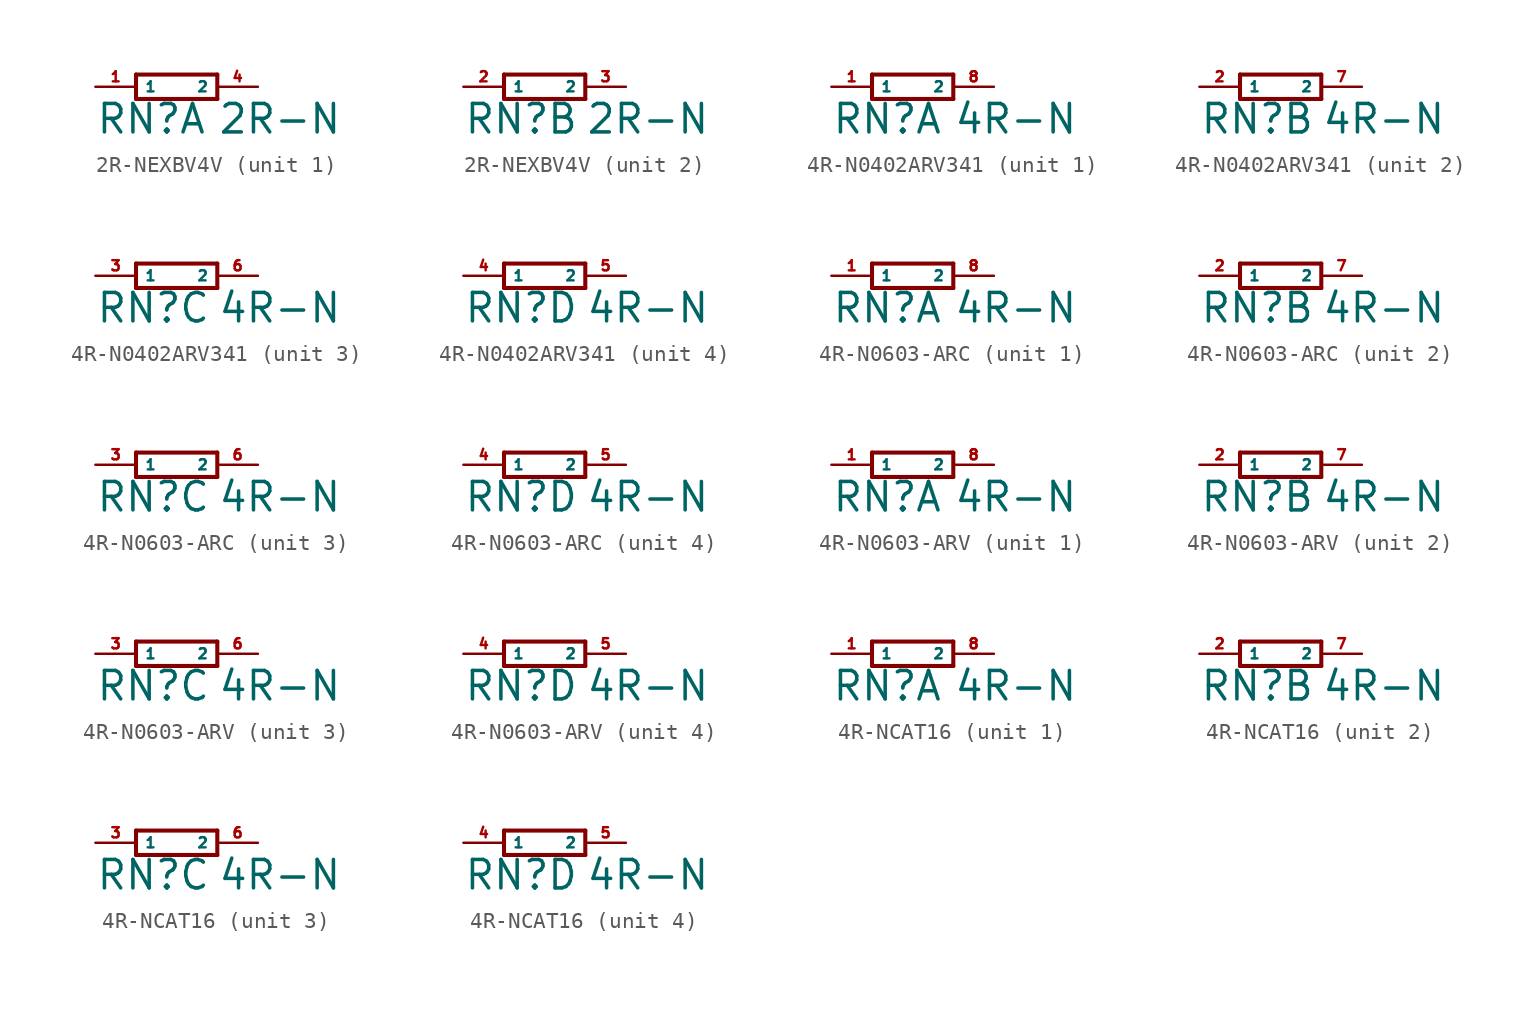
<source format=kicad_sym>
(kicad_symbol_lib
  (version 20220914)
  (generator Eagle2Kicad)
  (symbol "2R-NEXBV4V"
    (property "Reference" "RN"
      (at -5.08 -3.048 0)
      (effects (font (size 1.778 1.778) (thickness 0.22)) (justify left bottom)))
    (property "Value" "2R-N"
      (at 2.54 -3.048 0)
      (effects (font (size 1.778 1.778) (thickness 0.22)) (justify left bottom)))
    (symbol "2R-NEXBV4V_1_0"
      (polyline (pts (xy -2.54 -0.762) (xy 2.54 -0.762)) (stroke (width 0.254) (type default)) (fill (type none)))
      (polyline (pts (xy 2.54 0.762) (xy -2.54 0.762)) (stroke (width 0.254) (type default)) (fill (type none)))
      (polyline (pts (xy 2.54 -0.762) (xy 2.54 0.762)) (stroke (width 0.254) (type default)) (fill (type none)))
      (polyline (pts (xy -2.54 0.762) (xy -2.54 -0.762)) (stroke (width 0.254) (type default)) (fill (type none)))
      (pin passive line (at -5.08 0 0) (length 2.54) (name "1" (effects (font (size 0.635 0.635) (thickness 0.08)) (justify left bottom))) (number "1" (effects (font (size 0.635 0.635) (thickness 0.08)) (justify left bottom))))
      (pin passive line (at 5.08 0 180) (length 2.54) (name "2" (effects (font (size 0.635 0.635) (thickness 0.08)) (justify left bottom))) (number "4" (effects (font (size 0.635 0.635) (thickness 0.08)) (justify left bottom)))))
    (symbol "2R-NEXBV4V_2_0"
      (polyline (pts (xy -2.54 -0.762) (xy 2.54 -0.762)) (stroke (width 0.254) (type default)) (fill (type none)))
      (polyline (pts (xy 2.54 0.762) (xy -2.54 0.762)) (stroke (width 0.254) (type default)) (fill (type none)))
      (polyline (pts (xy 2.54 -0.762) (xy 2.54 0.762)) (stroke (width 0.254) (type default)) (fill (type none)))
      (polyline (pts (xy -2.54 0.762) (xy -2.54 -0.762)) (stroke (width 0.254) (type default)) (fill (type none)))
      (pin passive line (at -5.08 0 0) (length 2.54) (name "1" (effects (font (size 0.635 0.635) (thickness 0.08)) (justify left bottom))) (number "2" (effects (font (size 0.635 0.635) (thickness 0.08)) (justify left bottom))))
      (pin passive line (at 5.08 0 180) (length 2.54) (name "2" (effects (font (size 0.635 0.635) (thickness 0.08)) (justify left bottom))) (number "3" (effects (font (size 0.635 0.635) (thickness 0.08)) (justify left bottom))))))
  (symbol "4R-N0402ARV341"
    (property "Reference" "RN"
      (at -5.08 -3.048 0)
      (effects (font (size 1.778 1.778) (thickness 0.22)) (justify left bottom)))
    (property "Value" "4R-N"
      (at 2.54 -3.048 0)
      (effects (font (size 1.778 1.778) (thickness 0.22)) (justify left bottom)))
    (symbol "4R-N0402ARV341_1_0"
      (polyline (pts (xy -2.54 -0.762) (xy 2.54 -0.762)) (stroke (width 0.254) (type default)) (fill (type none)))
      (polyline (pts (xy 2.54 0.762) (xy -2.54 0.762)) (stroke (width 0.254) (type default)) (fill (type none)))
      (polyline (pts (xy 2.54 -0.762) (xy 2.54 0.762)) (stroke (width 0.254) (type default)) (fill (type none)))
      (polyline (pts (xy -2.54 0.762) (xy -2.54 -0.762)) (stroke (width 0.254) (type default)) (fill (type none)))
      (pin passive line (at -5.08 0 0) (length 2.54) (name "1" (effects (font (size 0.635 0.635) (thickness 0.08)) (justify left bottom))) (number "1" (effects (font (size 0.635 0.635) (thickness 0.08)) (justify left bottom))))
      (pin passive line (at 5.08 0 180) (length 2.54) (name "2" (effects (font (size 0.635 0.635) (thickness 0.08)) (justify left bottom))) (number "8" (effects (font (size 0.635 0.635) (thickness 0.08)) (justify left bottom)))))
    (symbol "4R-N0402ARV341_2_0"
      (polyline (pts (xy -2.54 -0.762) (xy 2.54 -0.762)) (stroke (width 0.254) (type default)) (fill (type none)))
      (polyline (pts (xy 2.54 0.762) (xy -2.54 0.762)) (stroke (width 0.254) (type default)) (fill (type none)))
      (polyline (pts (xy 2.54 -0.762) (xy 2.54 0.762)) (stroke (width 0.254) (type default)) (fill (type none)))
      (polyline (pts (xy -2.54 0.762) (xy -2.54 -0.762)) (stroke (width 0.254) (type default)) (fill (type none)))
      (pin passive line (at -5.08 0 0) (length 2.54) (name "1" (effects (font (size 0.635 0.635) (thickness 0.08)) (justify left bottom))) (number "2" (effects (font (size 0.635 0.635) (thickness 0.08)) (justify left bottom))))
      (pin passive line (at 5.08 0 180) (length 2.54) (name "2" (effects (font (size 0.635 0.635) (thickness 0.08)) (justify left bottom))) (number "7" (effects (font (size 0.635 0.635) (thickness 0.08)) (justify left bottom)))))
    (symbol "4R-N0402ARV341_3_0"
      (polyline (pts (xy -2.54 -0.762) (xy 2.54 -0.762)) (stroke (width 0.254) (type default)) (fill (type none)))
      (polyline (pts (xy 2.54 0.762) (xy -2.54 0.762)) (stroke (width 0.254) (type default)) (fill (type none)))
      (polyline (pts (xy 2.54 -0.762) (xy 2.54 0.762)) (stroke (width 0.254) (type default)) (fill (type none)))
      (polyline (pts (xy -2.54 0.762) (xy -2.54 -0.762)) (stroke (width 0.254) (type default)) (fill (type none)))
      (pin passive line (at -5.08 0 0) (length 2.54) (name "1" (effects (font (size 0.635 0.635) (thickness 0.08)) (justify left bottom))) (number "3" (effects (font (size 0.635 0.635) (thickness 0.08)) (justify left bottom))))
      (pin passive line (at 5.08 0 180) (length 2.54) (name "2" (effects (font (size 0.635 0.635) (thickness 0.08)) (justify left bottom))) (number "6" (effects (font (size 0.635 0.635) (thickness 0.08)) (justify left bottom)))))
    (symbol "4R-N0402ARV341_4_0"
      (polyline (pts (xy -2.54 -0.762) (xy 2.54 -0.762)) (stroke (width 0.254) (type default)) (fill (type none)))
      (polyline (pts (xy 2.54 0.762) (xy -2.54 0.762)) (stroke (width 0.254) (type default)) (fill (type none)))
      (polyline (pts (xy 2.54 -0.762) (xy 2.54 0.762)) (stroke (width 0.254) (type default)) (fill (type none)))
      (polyline (pts (xy -2.54 0.762) (xy -2.54 -0.762)) (stroke (width 0.254) (type default)) (fill (type none)))
      (pin passive line (at -5.08 0 0) (length 2.54) (name "1" (effects (font (size 0.635 0.635) (thickness 0.08)) (justify left bottom))) (number "4" (effects (font (size 0.635 0.635) (thickness 0.08)) (justify left bottom))))
      (pin passive line (at 5.08 0 180) (length 2.54) (name "2" (effects (font (size 0.635 0.635) (thickness 0.08)) (justify left bottom))) (number "5" (effects (font (size 0.635 0.635) (thickness 0.08)) (justify left bottom))))))
  (symbol "4R-N0603-ARC"
    (property "Reference" "RN"
      (at -5.08 -3.048 0)
      (effects (font (size 1.778 1.778) (thickness 0.22)) (justify left bottom)))
    (property "Value" "4R-N"
      (at 2.54 -3.048 0)
      (effects (font (size 1.778 1.778) (thickness 0.22)) (justify left bottom)))
    (symbol "4R-N0603-ARC_1_0"
      (polyline (pts (xy -2.54 -0.762) (xy 2.54 -0.762)) (stroke (width 0.254) (type default)) (fill (type none)))
      (polyline (pts (xy 2.54 0.762) (xy -2.54 0.762)) (stroke (width 0.254) (type default)) (fill (type none)))
      (polyline (pts (xy 2.54 -0.762) (xy 2.54 0.762)) (stroke (width 0.254) (type default)) (fill (type none)))
      (polyline (pts (xy -2.54 0.762) (xy -2.54 -0.762)) (stroke (width 0.254) (type default)) (fill (type none)))
      (pin passive line (at -5.08 0 0) (length 2.54) (name "1" (effects (font (size 0.635 0.635) (thickness 0.08)) (justify left bottom))) (number "1" (effects (font (size 0.635 0.635) (thickness 0.08)) (justify left bottom))))
      (pin passive line (at 5.08 0 180) (length 2.54) (name "2" (effects (font (size 0.635 0.635) (thickness 0.08)) (justify left bottom))) (number "8" (effects (font (size 0.635 0.635) (thickness 0.08)) (justify left bottom)))))
    (symbol "4R-N0603-ARC_2_0"
      (polyline (pts (xy -2.54 -0.762) (xy 2.54 -0.762)) (stroke (width 0.254) (type default)) (fill (type none)))
      (polyline (pts (xy 2.54 0.762) (xy -2.54 0.762)) (stroke (width 0.254) (type default)) (fill (type none)))
      (polyline (pts (xy 2.54 -0.762) (xy 2.54 0.762)) (stroke (width 0.254) (type default)) (fill (type none)))
      (polyline (pts (xy -2.54 0.762) (xy -2.54 -0.762)) (stroke (width 0.254) (type default)) (fill (type none)))
      (pin passive line (at -5.08 0 0) (length 2.54) (name "1" (effects (font (size 0.635 0.635) (thickness 0.08)) (justify left bottom))) (number "2" (effects (font (size 0.635 0.635) (thickness 0.08)) (justify left bottom))))
      (pin passive line (at 5.08 0 180) (length 2.54) (name "2" (effects (font (size 0.635 0.635) (thickness 0.08)) (justify left bottom))) (number "7" (effects (font (size 0.635 0.635) (thickness 0.08)) (justify left bottom)))))
    (symbol "4R-N0603-ARC_3_0"
      (polyline (pts (xy -2.54 -0.762) (xy 2.54 -0.762)) (stroke (width 0.254) (type default)) (fill (type none)))
      (polyline (pts (xy 2.54 0.762) (xy -2.54 0.762)) (stroke (width 0.254) (type default)) (fill (type none)))
      (polyline (pts (xy 2.54 -0.762) (xy 2.54 0.762)) (stroke (width 0.254) (type default)) (fill (type none)))
      (polyline (pts (xy -2.54 0.762) (xy -2.54 -0.762)) (stroke (width 0.254) (type default)) (fill (type none)))
      (pin passive line (at -5.08 0 0) (length 2.54) (name "1" (effects (font (size 0.635 0.635) (thickness 0.08)) (justify left bottom))) (number "3" (effects (font (size 0.635 0.635) (thickness 0.08)) (justify left bottom))))
      (pin passive line (at 5.08 0 180) (length 2.54) (name "2" (effects (font (size 0.635 0.635) (thickness 0.08)) (justify left bottom))) (number "6" (effects (font (size 0.635 0.635) (thickness 0.08)) (justify left bottom)))))
    (symbol "4R-N0603-ARC_4_0"
      (polyline (pts (xy -2.54 -0.762) (xy 2.54 -0.762)) (stroke (width 0.254) (type default)) (fill (type none)))
      (polyline (pts (xy 2.54 0.762) (xy -2.54 0.762)) (stroke (width 0.254) (type default)) (fill (type none)))
      (polyline (pts (xy 2.54 -0.762) (xy 2.54 0.762)) (stroke (width 0.254) (type default)) (fill (type none)))
      (polyline (pts (xy -2.54 0.762) (xy -2.54 -0.762)) (stroke (width 0.254) (type default)) (fill (type none)))
      (pin passive line (at -5.08 0 0) (length 2.54) (name "1" (effects (font (size 0.635 0.635) (thickness 0.08)) (justify left bottom))) (number "4" (effects (font (size 0.635 0.635) (thickness 0.08)) (justify left bottom))))
      (pin passive line (at 5.08 0 180) (length 2.54) (name "2" (effects (font (size 0.635 0.635) (thickness 0.08)) (justify left bottom))) (number "5" (effects (font (size 0.635 0.635) (thickness 0.08)) (justify left bottom))))))
  (symbol "4R-N0603-ARV"
    (property "Reference" "RN"
      (at -5.08 -3.048 0)
      (effects (font (size 1.778 1.778) (thickness 0.22)) (justify left bottom)))
    (property "Value" "4R-N"
      (at 2.54 -3.048 0)
      (effects (font (size 1.778 1.778) (thickness 0.22)) (justify left bottom)))
    (symbol "4R-N0603-ARV_1_0"
      (polyline (pts (xy -2.54 -0.762) (xy 2.54 -0.762)) (stroke (width 0.254) (type default)) (fill (type none)))
      (polyline (pts (xy 2.54 0.762) (xy -2.54 0.762)) (stroke (width 0.254) (type default)) (fill (type none)))
      (polyline (pts (xy 2.54 -0.762) (xy 2.54 0.762)) (stroke (width 0.254) (type default)) (fill (type none)))
      (polyline (pts (xy -2.54 0.762) (xy -2.54 -0.762)) (stroke (width 0.254) (type default)) (fill (type none)))
      (pin passive line (at -5.08 0 0) (length 2.54) (name "1" (effects (font (size 0.635 0.635) (thickness 0.08)) (justify left bottom))) (number "1" (effects (font (size 0.635 0.635) (thickness 0.08)) (justify left bottom))))
      (pin passive line (at 5.08 0 180) (length 2.54) (name "2" (effects (font (size 0.635 0.635) (thickness 0.08)) (justify left bottom))) (number "8" (effects (font (size 0.635 0.635) (thickness 0.08)) (justify left bottom)))))
    (symbol "4R-N0603-ARV_2_0"
      (polyline (pts (xy -2.54 -0.762) (xy 2.54 -0.762)) (stroke (width 0.254) (type default)) (fill (type none)))
      (polyline (pts (xy 2.54 0.762) (xy -2.54 0.762)) (stroke (width 0.254) (type default)) (fill (type none)))
      (polyline (pts (xy 2.54 -0.762) (xy 2.54 0.762)) (stroke (width 0.254) (type default)) (fill (type none)))
      (polyline (pts (xy -2.54 0.762) (xy -2.54 -0.762)) (stroke (width 0.254) (type default)) (fill (type none)))
      (pin passive line (at -5.08 0 0) (length 2.54) (name "1" (effects (font (size 0.635 0.635) (thickness 0.08)) (justify left bottom))) (number "2" (effects (font (size 0.635 0.635) (thickness 0.08)) (justify left bottom))))
      (pin passive line (at 5.08 0 180) (length 2.54) (name "2" (effects (font (size 0.635 0.635) (thickness 0.08)) (justify left bottom))) (number "7" (effects (font (size 0.635 0.635) (thickness 0.08)) (justify left bottom)))))
    (symbol "4R-N0603-ARV_3_0"
      (polyline (pts (xy -2.54 -0.762) (xy 2.54 -0.762)) (stroke (width 0.254) (type default)) (fill (type none)))
      (polyline (pts (xy 2.54 0.762) (xy -2.54 0.762)) (stroke (width 0.254) (type default)) (fill (type none)))
      (polyline (pts (xy 2.54 -0.762) (xy 2.54 0.762)) (stroke (width 0.254) (type default)) (fill (type none)))
      (polyline (pts (xy -2.54 0.762) (xy -2.54 -0.762)) (stroke (width 0.254) (type default)) (fill (type none)))
      (pin passive line (at -5.08 0 0) (length 2.54) (name "1" (effects (font (size 0.635 0.635) (thickness 0.08)) (justify left bottom))) (number "3" (effects (font (size 0.635 0.635) (thickness 0.08)) (justify left bottom))))
      (pin passive line (at 5.08 0 180) (length 2.54) (name "2" (effects (font (size 0.635 0.635) (thickness 0.08)) (justify left bottom))) (number "6" (effects (font (size 0.635 0.635) (thickness 0.08)) (justify left bottom)))))
    (symbol "4R-N0603-ARV_4_0"
      (polyline (pts (xy -2.54 -0.762) (xy 2.54 -0.762)) (stroke (width 0.254) (type default)) (fill (type none)))
      (polyline (pts (xy 2.54 0.762) (xy -2.54 0.762)) (stroke (width 0.254) (type default)) (fill (type none)))
      (polyline (pts (xy 2.54 -0.762) (xy 2.54 0.762)) (stroke (width 0.254) (type default)) (fill (type none)))
      (polyline (pts (xy -2.54 0.762) (xy -2.54 -0.762)) (stroke (width 0.254) (type default)) (fill (type none)))
      (pin passive line (at -5.08 0 0) (length 2.54) (name "1" (effects (font (size 0.635 0.635) (thickness 0.08)) (justify left bottom))) (number "4" (effects (font (size 0.635 0.635) (thickness 0.08)) (justify left bottom))))
      (pin passive line (at 5.08 0 180) (length 2.54) (name "2" (effects (font (size 0.635 0.635) (thickness 0.08)) (justify left bottom))) (number "5" (effects (font (size 0.635 0.635) (thickness 0.08)) (justify left bottom))))))
  (symbol "4R-NCAT16"
    (property "Reference" "RN"
      (at -5.08 -3.048 0)
      (effects (font (size 1.778 1.778) (thickness 0.22)) (justify left bottom)))
    (property "Value" "4R-N"
      (at 2.54 -3.048 0)
      (effects (font (size 1.778 1.778) (thickness 0.22)) (justify left bottom)))
    (symbol "4R-NCAT16_1_0"
      (polyline (pts (xy -2.54 -0.762) (xy 2.54 -0.762)) (stroke (width 0.254) (type default)) (fill (type none)))
      (polyline (pts (xy 2.54 0.762) (xy -2.54 0.762)) (stroke (width 0.254) (type default)) (fill (type none)))
      (polyline (pts (xy 2.54 -0.762) (xy 2.54 0.762)) (stroke (width 0.254) (type default)) (fill (type none)))
      (polyline (pts (xy -2.54 0.762) (xy -2.54 -0.762)) (stroke (width 0.254) (type default)) (fill (type none)))
      (pin passive line (at -5.08 0 0) (length 2.54) (name "1" (effects (font (size 0.635 0.635) (thickness 0.08)) (justify left bottom))) (number "1" (effects (font (size 0.635 0.635) (thickness 0.08)) (justify left bottom))))
      (pin passive line (at 5.08 0 180) (length 2.54) (name "2" (effects (font (size 0.635 0.635) (thickness 0.08)) (justify left bottom))) (number "8" (effects (font (size 0.635 0.635) (thickness 0.08)) (justify left bottom)))))
    (symbol "4R-NCAT16_2_0"
      (polyline (pts (xy -2.54 -0.762) (xy 2.54 -0.762)) (stroke (width 0.254) (type default)) (fill (type none)))
      (polyline (pts (xy 2.54 0.762) (xy -2.54 0.762)) (stroke (width 0.254) (type default)) (fill (type none)))
      (polyline (pts (xy 2.54 -0.762) (xy 2.54 0.762)) (stroke (width 0.254) (type default)) (fill (type none)))
      (polyline (pts (xy -2.54 0.762) (xy -2.54 -0.762)) (stroke (width 0.254) (type default)) (fill (type none)))
      (pin passive line (at -5.08 0 0) (length 2.54) (name "1" (effects (font (size 0.635 0.635) (thickness 0.08)) (justify left bottom))) (number "2" (effects (font (size 0.635 0.635) (thickness 0.08)) (justify left bottom))))
      (pin passive line (at 5.08 0 180) (length 2.54) (name "2" (effects (font (size 0.635 0.635) (thickness 0.08)) (justify left bottom))) (number "7" (effects (font (size 0.635 0.635) (thickness 0.08)) (justify left bottom)))))
    (symbol "4R-NCAT16_3_0"
      (polyline (pts (xy -2.54 -0.762) (xy 2.54 -0.762)) (stroke (width 0.254) (type default)) (fill (type none)))
      (polyline (pts (xy 2.54 0.762) (xy -2.54 0.762)) (stroke (width 0.254) (type default)) (fill (type none)))
      (polyline (pts (xy 2.54 -0.762) (xy 2.54 0.762)) (stroke (width 0.254) (type default)) (fill (type none)))
      (polyline (pts (xy -2.54 0.762) (xy -2.54 -0.762)) (stroke (width 0.254) (type default)) (fill (type none)))
      (pin passive line (at -5.08 0 0) (length 2.54) (name "1" (effects (font (size 0.635 0.635) (thickness 0.08)) (justify left bottom))) (number "3" (effects (font (size 0.635 0.635) (thickness 0.08)) (justify left bottom))))
      (pin passive line (at 5.08 0 180) (length 2.54) (name "2" (effects (font (size 0.635 0.635) (thickness 0.08)) (justify left bottom))) (number "6" (effects (font (size 0.635 0.635) (thickness 0.08)) (justify left bottom)))))
    (symbol "4R-NCAT16_4_0"
      (polyline (pts (xy -2.54 -0.762) (xy 2.54 -0.762)) (stroke (width 0.254) (type default)) (fill (type none)))
      (polyline (pts (xy 2.54 0.762) (xy -2.54 0.762)) (stroke (width 0.254) (type default)) (fill (type none)))
      (polyline (pts (xy 2.54 -0.762) (xy 2.54 0.762)) (stroke (width 0.254) (type default)) (fill (type none)))
      (polyline (pts (xy -2.54 0.762) (xy -2.54 -0.762)) (stroke (width 0.254) (type default)) (fill (type none)))
      (pin passive line (at -5.08 0 0) (length 2.54) (name "1" (effects (font (size 0.635 0.635) (thickness 0.08)) (justify left bottom))) (number "4" (effects (font (size 0.635 0.635) (thickness 0.08)) (justify left bottom))))
      (pin passive line (at 5.08 0 180) (length 2.54) (name "2" (effects (font (size 0.635 0.635) (thickness 0.08)) (justify left bottom))) (number "5" (effects (font (size 0.635 0.635) (thickness 0.08)) (justify left bottom)))))))
</source>
